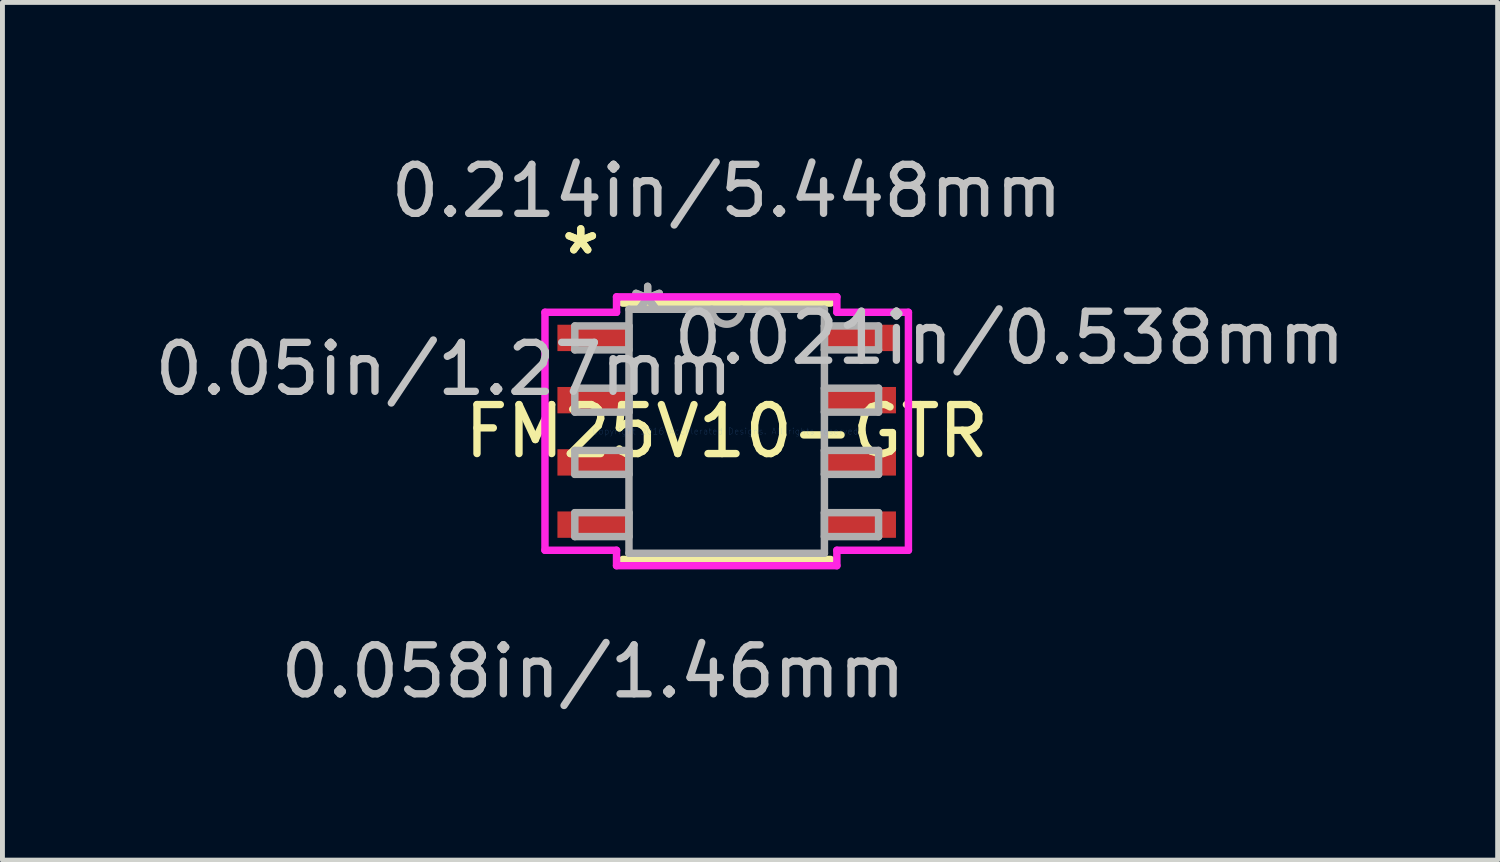
<source format=kicad_pcb>
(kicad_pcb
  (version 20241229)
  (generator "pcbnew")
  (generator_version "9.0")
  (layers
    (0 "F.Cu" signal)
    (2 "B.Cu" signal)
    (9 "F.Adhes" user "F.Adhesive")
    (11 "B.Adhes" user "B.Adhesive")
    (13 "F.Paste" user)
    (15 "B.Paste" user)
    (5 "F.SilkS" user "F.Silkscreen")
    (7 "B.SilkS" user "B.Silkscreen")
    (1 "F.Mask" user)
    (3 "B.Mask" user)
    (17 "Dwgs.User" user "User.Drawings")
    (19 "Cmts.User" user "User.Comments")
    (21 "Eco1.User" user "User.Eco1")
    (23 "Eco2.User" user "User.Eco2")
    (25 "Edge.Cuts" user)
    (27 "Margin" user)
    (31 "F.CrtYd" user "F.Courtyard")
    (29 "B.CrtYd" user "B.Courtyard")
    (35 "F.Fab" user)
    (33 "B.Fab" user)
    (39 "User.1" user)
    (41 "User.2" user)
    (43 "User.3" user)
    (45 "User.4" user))
  (footprint "FM25V10-GTR"
    (layer "F.Cu")
    (at 11.778 5.75)
    (property "Reference" "FM25V10-GTR" (at 0 0 0) (layer "F.SilkS") (effects (font (size 1 1) (thickness 0.15))))
    (attr through_hole)
    (fp_line (start -2.121 2.616) (end 2.121 2.616) (stroke (width 0.152) (type solid)) (layer "F.SilkS"))
    (fp_line (start 2.121 -2.616) (end -2.121 -2.616) (stroke (width 0.152) (type solid)) (layer "F.SilkS"))
    (fp_line (start -3.708 -2.428) (end -2.248 -2.428) (stroke (width 0.152) (type solid)) (layer "F.CrtYd"))
    (fp_line (start -3.708 2.428) (end -3.708 -2.428) (stroke (width 0.152) (type solid)) (layer "F.CrtYd"))
    (fp_line (start -2.248 -2.743) (end 2.248 -2.743) (stroke (width 0.152) (type solid)) (layer "F.CrtYd"))
    (fp_line (start -2.248 -2.428) (end -2.248 -2.743) (stroke (width 0.152) (type solid)) (layer "F.CrtYd"))
    (fp_line (start -2.248 2.428) (end -3.708 2.428) (stroke (width 0.152) (type solid)) (layer "F.CrtYd"))
    (fp_line (start -2.248 2.743) (end -2.248 2.428) (stroke (width 0.152) (type solid)) (layer "F.CrtYd"))
    (fp_line (start 2.248 -2.743) (end 2.248 -2.428) (stroke (width 0.152) (type solid)) (layer "F.CrtYd"))
    (fp_line (start 2.248 -2.428) (end 3.708 -2.428) (stroke (width 0.152) (type solid)) (layer "F.CrtYd"))
    (fp_line (start 2.248 2.428) (end 2.248 2.743) (stroke (width 0.152) (type solid)) (layer "F.CrtYd"))
    (fp_line (start 2.248 2.743) (end -2.248 2.743) (stroke (width 0.152) (type solid)) (layer "F.CrtYd"))
    (fp_line (start 3.708 -2.428) (end 3.708 2.428) (stroke (width 0.152) (type solid)) (layer "F.CrtYd"))
    (fp_line (start 3.708 2.428) (end 2.248 2.428) (stroke (width 0.152) (type solid)) (layer "F.CrtYd"))
    (fp_line (start -3.099 -2.149) (end -3.099 -1.661) (stroke (width 0.152) (type solid)) (layer "F.Fab"))
    (fp_line (start -3.099 -1.661) (end -1.994 -1.661) (stroke (width 0.152) (type solid)) (layer "F.Fab"))
    (fp_line (start -3.099 -0.879) (end -3.099 -0.391) (stroke (width 0.152) (type solid)) (layer "F.Fab"))
    (fp_line (start -3.099 -0.391) (end -1.994 -0.391) (stroke (width 0.152) (type solid)) (layer "F.Fab"))
    (fp_line (start -3.099 0.391) (end -3.099 0.879) (stroke (width 0.152) (type solid)) (layer "F.Fab"))
    (fp_line (start -3.099 0.879) (end -1.994 0.879) (stroke (width 0.152) (type solid)) (layer "F.Fab"))
    (fp_line (start -3.099 1.661) (end -3.099 2.149) (stroke (width 0.152) (type solid)) (layer "F.Fab"))
    (fp_line (start -3.099 2.149) (end -1.994 2.149) (stroke (width 0.152) (type solid)) (layer "F.Fab"))
    (fp_line (start -1.994 -2.489) (end -1.994 2.489) (stroke (width 0.152) (type solid)) (layer "F.Fab"))
    (fp_line (start -1.994 -2.149) (end -3.099 -2.149) (stroke (width 0.152) (type solid)) (layer "F.Fab"))
    (fp_line (start -1.994 -1.661) (end -1.994 -2.149) (stroke (width 0.152) (type solid)) (layer "F.Fab"))
    (fp_line (start -1.994 -0.879) (end -3.099 -0.879) (stroke (width 0.152) (type solid)) (layer "F.Fab"))
    (fp_line (start -1.994 -0.391) (end -1.994 -0.879) (stroke (width 0.152) (type solid)) (layer "F.Fab"))
    (fp_line (start -1.994 0.391) (end -3.099 0.391) (stroke (width 0.152) (type solid)) (layer "F.Fab"))
    (fp_line (start -1.994 0.879) (end -1.994 0.391) (stroke (width 0.152) (type solid)) (layer "F.Fab"))
    (fp_line (start -1.994 1.661) (end -3.099 1.661) (stroke (width 0.152) (type solid)) (layer "F.Fab"))
    (fp_line (start -1.994 2.149) (end -1.994 1.661) (stroke (width 0.152) (type solid)) (layer "F.Fab"))
    (fp_line (start -1.994 2.489) (end 1.994 2.489) (stroke (width 0.152) (type solid)) (layer "F.Fab"))
    (fp_line (start 1.994 -2.489) (end -1.994 -2.489) (stroke (width 0.152) (type solid)) (layer "F.Fab"))
    (fp_line (start 1.994 -2.149) (end 1.994 -1.661) (stroke (width 0.152) (type solid)) (layer "F.Fab"))
    (fp_line (start 1.994 -1.661) (end 3.099 -1.661) (stroke (width 0.152) (type solid)) (layer "F.Fab"))
    (fp_line (start 1.994 -0.879) (end 1.994 -0.391) (stroke (width 0.152) (type solid)) (layer "F.Fab"))
    (fp_line (start 1.994 -0.391) (end 3.099 -0.391) (stroke (width 0.152) (type solid)) (layer "F.Fab"))
    (fp_line (start 1.994 0.391) (end 1.994 0.879) (stroke (width 0.152) (type solid)) (layer "F.Fab"))
    (fp_line (start 1.994 0.879) (end 3.099 0.879) (stroke (width 0.152) (type solid)) (layer "F.Fab"))
    (fp_line (start 1.994 1.661) (end 1.994 2.149) (stroke (width 0.152) (type solid)) (layer "F.Fab"))
    (fp_line (start 1.994 2.149) (end 3.099 2.149) (stroke (width 0.152) (type solid)) (layer "F.Fab"))
    (fp_line (start 1.994 2.489) (end 1.994 -2.489) (stroke (width 0.152) (type solid)) (layer "F.Fab"))
    (fp_line (start 3.099 -2.149) (end 1.994 -2.149) (stroke (width 0.152) (type solid)) (layer "F.Fab"))
    (fp_line (start 3.099 -1.661) (end 3.099 -2.149) (stroke (width 0.152) (type solid)) (layer "F.Fab"))
    (fp_line (start 3.099 -0.879) (end 1.994 -0.879) (stroke (width 0.152) (type solid)) (layer "F.Fab"))
    (fp_line (start 3.099 -0.391) (end 3.099 -0.879) (stroke (width 0.152) (type solid)) (layer "F.Fab"))
    (fp_line (start 3.099 0.391) (end 1.994 0.391) (stroke (width 0.152) (type solid)) (layer "F.Fab"))
    (fp_line (start 3.099 0.879) (end 3.099 0.391) (stroke (width 0.152) (type solid)) (layer "F.Fab"))
    (fp_line (start 3.099 1.661) (end 1.994 1.661) (stroke (width 0.152) (type solid)) (layer "F.Fab"))
    (fp_line (start 3.099 2.149) (end 3.099 1.661) (stroke (width 0.152) (type solid)) (layer "F.Fab"))
    (fp_arc (start 0.3048 -2.4892) (mid 0 -2.1844) (end -0.3048 -2.4892) (stroke (width 0.1524) (type solid)) (layer "F.Fab"))
    (fp_text user "*" (at -2.978 -3.586 0) (layer "F.SilkS") (effects (font (size 1 1) (thickness 0.15))))
    (fp_text user "*" (at -2.978 -3.586 0) (layer "F.SilkS") (effects (font (size 1 1) (thickness 0.15))))
    (fp_text user "0.021in/0.538mm" (at 5.772 -1.905 0) (layer "Dwgs.User") (effects (font (size 1 1) (thickness 0.15))))
    (fp_text user "0.058in/1.46mm" (at -2.724 4.902 0) (layer "Dwgs.User") (effects (font (size 1 1) (thickness 0.15))))
    (fp_text user "0.214in/5.448mm" (at 0 -4.902 0) (layer "Dwgs.User") (effects (font (size 1 1) (thickness 0.15))))
    (fp_text user "0.05in/1.27mm" (at -5.772 -1.27 0) (layer "Dwgs.User") (effects (font (size 1 1) (thickness 0.15))))
    (fp_text user "Copyright 2016 Accelerated Designs. All rights reserved." (at 0 0 0) (layer "Cmts.User") (effects (font (size 0.127 0.127) (thickness 0.002))))
    (fp_text user "*" (at -1.613 -2.413 0) (layer "F.Fab") (effects (font (size 1 1) (thickness 0.15))))
    (fp_text user "*" (at -1.613 -2.413 0) (layer "F.Fab") (effects (font (size 1 1) (thickness 0.15))))
    (pad "1" smd rect (at -2.724 -1.905) (size 1.46 0.538) (layers "F.Cu" "F.Mask" "F.Paste"))
    (pad "2" smd rect (at -2.724 -0.635) (size 1.46 0.538) (layers "F.Cu" "F.Mask" "F.Paste"))
    (pad "3" smd rect (at -2.724 0.635) (size 1.46 0.538) (layers "F.Cu" "F.Mask" "F.Paste"))
    (pad "4" smd rect (at -2.724 1.905) (size 1.46 0.538) (layers "F.Cu" "F.Mask" "F.Paste"))
    (pad "5" smd rect (at 2.724 1.905) (size 1.46 0.538) (layers "F.Cu" "F.Mask" "F.Paste"))
    (pad "6" smd rect (at 2.724 0.635) (size 1.46 0.538) (layers "F.Cu" "F.Mask" "F.Paste"))
    (pad "7" smd rect (at 2.724 -0.635) (size 1.46 0.538) (layers "F.Cu" "F.Mask" "F.Paste"))
    (pad "8" smd rect (at 2.724 -1.905) (size 1.46 0.538) (layers "F.Cu" "F.Mask" "F.Paste")))
  (gr_rect
    (start -3 -3)
    (end 27.509 14.501)
    (stroke (width 0.1) (type default))
    (fill no)
    (layer "Edge.Cuts")))
</source>
